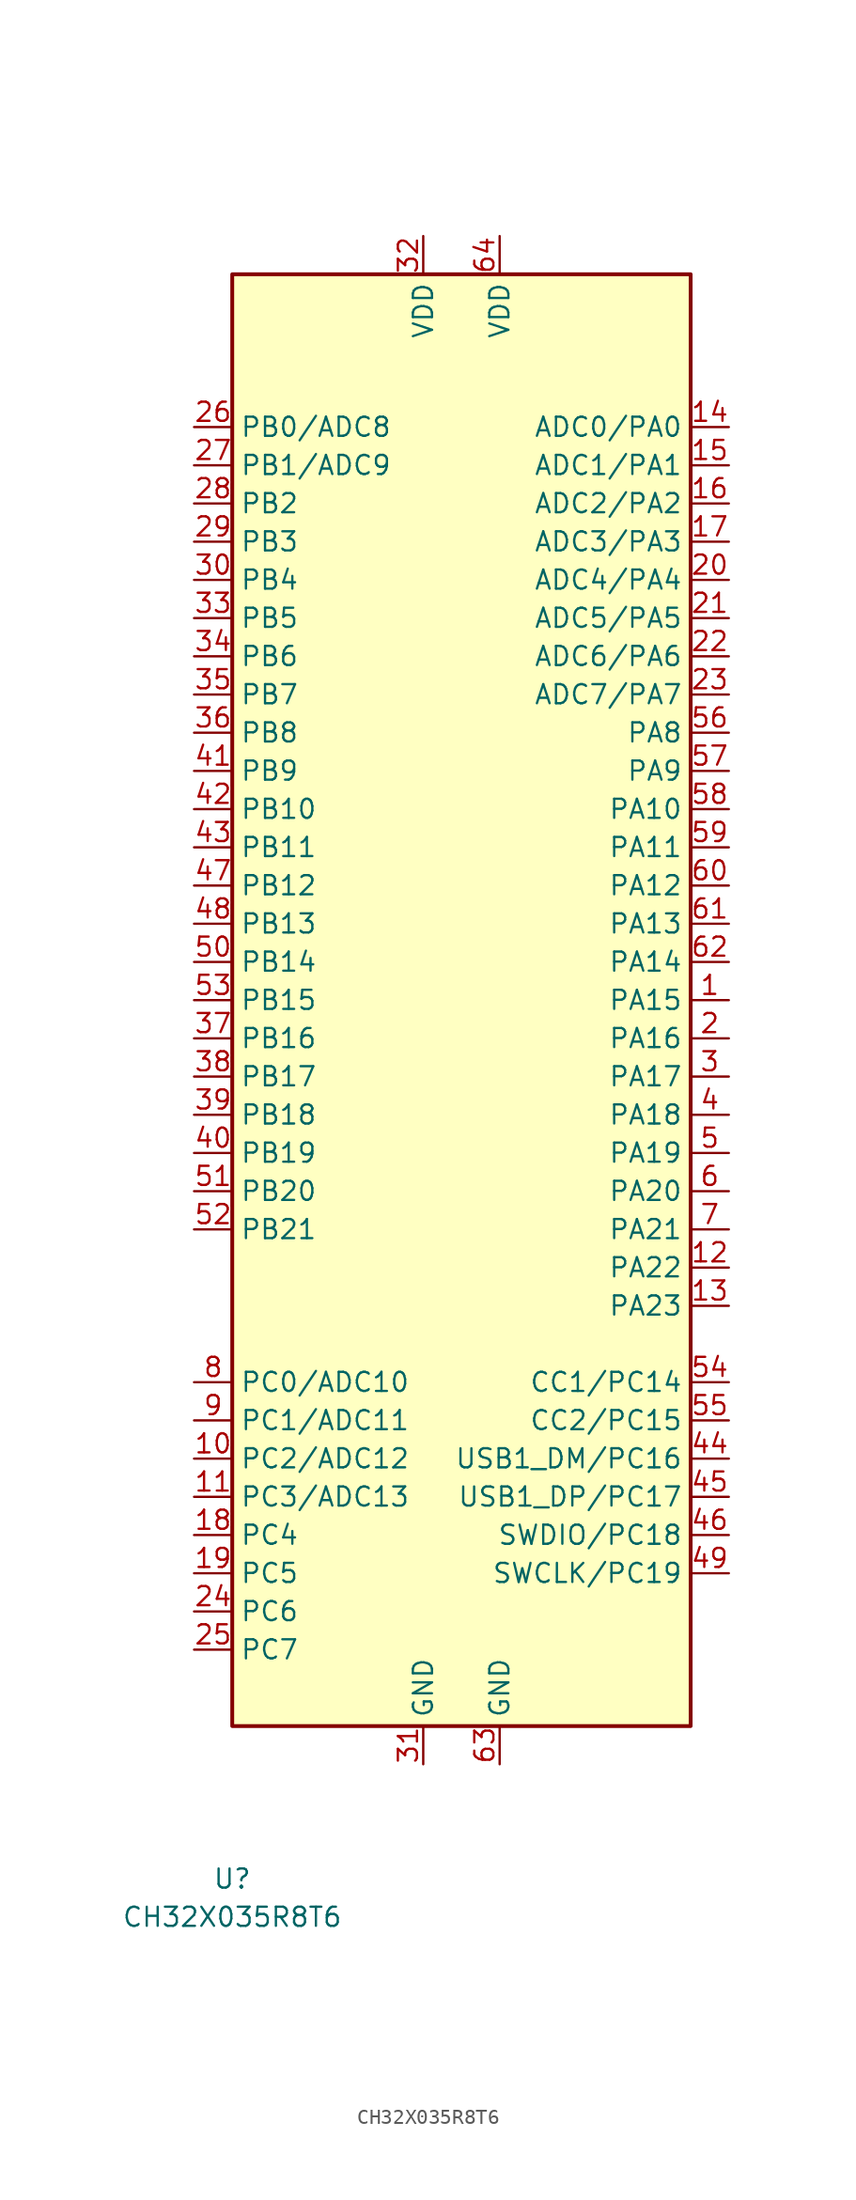
<source format=kicad_sym>
(kicad_symbol_lib
  (version 20231120)
  (generator "kicad_symbol_editor")
  (generator_version "8.0")
  (symbol "CH32X035R8T6"
    (property "Reference" "U"
      (at -15.24 -58.42 0)
      (effects (font (size 1.27 1.27))))
    (property "Value" "CH32X035R8T6"
      (at -15.24 -60.96 0)
      (effects (font (size 1.27 1.27))))
    (symbol "CH32X035R8T6_0_1"
      (rectangle (start -15.24 48.26) (end 15.24 -48.26) (stroke (width 0.254) (type default)) (fill (type background))))
    (symbol "CH32X035R8T6_1_1"
      (pin bidirectional line (at 17.78 0 180) (length 2.54) (name "PA15" (effects (font (size 1.27 1.27)))) (number "1" (effects (font (size 1.27 1.27)))))
      (pin bidirectional line (at -17.78 -30.48 0) (length 2.54) (name "PC2/ADC12" (effects (font (size 1.27 1.27)))) (number "10" (effects (font (size 1.27 1.27)))))
      (pin bidirectional line (at -17.78 -33.02 0) (length 2.54) (name "PC3/ADC13" (effects (font (size 1.27 1.27)))) (number "11" (effects (font (size 1.27 1.27)))))
      (pin bidirectional line (at 17.78 -17.78 180) (length 2.54) (name "PA22" (effects (font (size 1.27 1.27)))) (number "12" (effects (font (size 1.27 1.27)))))
      (pin bidirectional line (at 17.78 -20.32 180) (length 2.54) (name "PA23" (effects (font (size 1.27 1.27)))) (number "13" (effects (font (size 1.27 1.27)))))
      (pin bidirectional line (at 17.78 38.1 180) (length 2.54) (name "ADC0/PA0" (effects (font (size 1.27 1.27)))) (number "14" (effects (font (size 1.27 1.27)))))
      (pin bidirectional line (at 17.78 35.56 180) (length 2.54) (name "ADC1/PA1" (effects (font (size 1.27 1.27)))) (number "15" (effects (font (size 1.27 1.27)))))
      (pin bidirectional line (at 17.78 33.02 180) (length 2.54) (name "ADC2/PA2" (effects (font (size 1.27 1.27)))) (number "16" (effects (font (size 1.27 1.27)))))
      (pin bidirectional line (at 17.78 30.48 180) (length 2.54) (name "ADC3/PA3" (effects (font (size 1.27 1.27)))) (number "17" (effects (font (size 1.27 1.27)))))
      (pin bidirectional line (at -17.78 -35.56 0) (length 2.54) (name "PC4" (effects (font (size 1.27 1.27)))) (number "18" (effects (font (size 1.27 1.27)))))
      (pin bidirectional line (at -17.78 -38.1 0) (length 2.54) (name "PC5" (effects (font (size 1.27 1.27)))) (number "19" (effects (font (size 1.27 1.27)))))
      (pin bidirectional line (at 17.78 -2.54 180) (length 2.54) (name "PA16" (effects (font (size 1.27 1.27)))) (number "2" (effects (font (size 1.27 1.27)))))
      (pin bidirectional line (at 17.78 27.94 180) (length 2.54) (name "ADC4/PA4" (effects (font (size 1.27 1.27)))) (number "20" (effects (font (size 1.27 1.27)))))
      (pin bidirectional line (at 17.78 25.4 180) (length 2.54) (name "ADC5/PA5" (effects (font (size 1.27 1.27)))) (number "21" (effects (font (size 1.27 1.27)))))
      (pin bidirectional line (at 17.78 22.86 180) (length 2.54) (name "ADC6/PA6" (effects (font (size 1.27 1.27)))) (number "22" (effects (font (size 1.27 1.27)))))
      (pin bidirectional line (at 17.78 20.32 180) (length 2.54) (name "ADC7/PA7" (effects (font (size 1.27 1.27)))) (number "23" (effects (font (size 1.27 1.27)))))
      (pin bidirectional line (at -17.78 -40.64 0) (length 2.54) (name "PC6" (effects (font (size 1.27 1.27)))) (number "24" (effects (font (size 1.27 1.27)))))
      (pin bidirectional line (at -17.78 -43.18 0) (length 2.54) (name "PC7" (effects (font (size 1.27 1.27)))) (number "25" (effects (font (size 1.27 1.27)))))
      (pin bidirectional line (at -17.78 38.1 0) (length 2.54) (name "PB0/ADC8" (effects (font (size 1.27 1.27)))) (number "26" (effects (font (size 1.27 1.27)))))
      (pin bidirectional line (at -17.78 35.56 0) (length 2.54) (name "PB1/ADC9" (effects (font (size 1.27 1.27)))) (number "27" (effects (font (size 1.27 1.27)))))
      (pin bidirectional line (at -17.78 33.02 0) (length 2.54) (name "PB2" (effects (font (size 1.27 1.27)))) (number "28" (effects (font (size 1.27 1.27)))))
      (pin bidirectional line (at -17.78 30.48 0) (length 2.54) (name "PB3" (effects (font (size 1.27 1.27)))) (number "29" (effects (font (size 1.27 1.27)))))
      (pin bidirectional line (at 17.78 -5.08 180) (length 2.54) (name "PA17" (effects (font (size 1.27 1.27)))) (number "3" (effects (font (size 1.27 1.27)))))
      (pin bidirectional line (at -17.78 27.94 0) (length 2.54) (name "PB4" (effects (font (size 1.27 1.27)))) (number "30" (effects (font (size 1.27 1.27)))))
      (pin power_in line (at -2.54 -50.8 90) (length 2.54) (name "GND" (effects (font (size 1.27 1.27)))) (number "31" (effects (font (size 1.27 1.27)))))
      (pin power_in line (at -2.54 50.8 270) (length 2.54) (name "VDD" (effects (font (size 1.27 1.27)))) (number "32" (effects (font (size 1.27 1.27)))))
      (pin bidirectional line (at -17.78 25.4 0) (length 2.54) (name "PB5" (effects (font (size 1.27 1.27)))) (number "33" (effects (font (size 1.27 1.27)))))
      (pin bidirectional line (at -17.78 22.86 0) (length 2.54) (name "PB6" (effects (font (size 1.27 1.27)))) (number "34" (effects (font (size 1.27 1.27)))))
      (pin bidirectional line (at -17.78 20.32 0) (length 2.54) (name "PB7" (effects (font (size 1.27 1.27)))) (number "35" (effects (font (size 1.27 1.27)))))
      (pin bidirectional line (at -17.78 17.78 0) (length 2.54) (name "PB8" (effects (font (size 1.27 1.27)))) (number "36" (effects (font (size 1.27 1.27)))))
      (pin bidirectional line (at -17.78 -2.54 0) (length 2.54) (name "PB16" (effects (font (size 1.27 1.27)))) (number "37" (effects (font (size 1.27 1.27)))))
      (pin bidirectional line (at -17.78 -5.08 0) (length 2.54) (name "PB17" (effects (font (size 1.27 1.27)))) (number "38" (effects (font (size 1.27 1.27)))))
      (pin bidirectional line (at -17.78 -7.62 0) (length 2.54) (name "PB18" (effects (font (size 1.27 1.27)))) (number "39" (effects (font (size 1.27 1.27)))))
      (pin bidirectional line (at 17.78 -7.62 180) (length 2.54) (name "PA18" (effects (font (size 1.27 1.27)))) (number "4" (effects (font (size 1.27 1.27)))))
      (pin bidirectional line (at -17.78 -10.16 0) (length 2.54) (name "PB19" (effects (font (size 1.27 1.27)))) (number "40" (effects (font (size 1.27 1.27)))))
      (pin bidirectional line (at -17.78 15.24 0) (length 2.54) (name "PB9" (effects (font (size 1.27 1.27)))) (number "41" (effects (font (size 1.27 1.27)))))
      (pin bidirectional line (at -17.78 12.7 0) (length 2.54) (name "PB10" (effects (font (size 1.27 1.27)))) (number "42" (effects (font (size 1.27 1.27)))))
      (pin bidirectional line (at -17.78 10.16 0) (length 2.54) (name "PB11" (effects (font (size 1.27 1.27)))) (number "43" (effects (font (size 1.27 1.27)))))
      (pin bidirectional line (at 17.78 -30.48 180) (length 2.54) (name "USB1_DM/PC16" (effects (font (size 1.27 1.27)))) (number "44" (effects (font (size 1.27 1.27)))))
      (pin bidirectional line (at 17.78 -33.02 180) (length 2.54) (name "USB1_DP/PC17" (effects (font (size 1.27 1.27)))) (number "45" (effects (font (size 1.27 1.27)))))
      (pin bidirectional line (at 17.78 -35.56 180) (length 2.54) (name "SWDIO/PC18" (effects (font (size 1.27 1.27)))) (number "46" (effects (font (size 1.27 1.27)))))
      (pin bidirectional line (at -17.78 7.62 0) (length 2.54) (name "PB12" (effects (font (size 1.27 1.27)))) (number "47" (effects (font (size 1.27 1.27)))))
      (pin bidirectional line (at -17.78 5.08 0) (length 2.54) (name "PB13" (effects (font (size 1.27 1.27)))) (number "48" (effects (font (size 1.27 1.27)))))
      (pin bidirectional line (at 17.78 -38.1 180) (length 2.54) (name "SWCLK/PC19" (effects (font (size 1.27 1.27)))) (number "49" (effects (font (size 1.27 1.27)))))
      (pin bidirectional line (at 17.78 -10.16 180) (length 2.54) (name "PA19" (effects (font (size 1.27 1.27)))) (number "5" (effects (font (size 1.27 1.27)))))
      (pin bidirectional line (at -17.78 2.54 0) (length 2.54) (name "PB14" (effects (font (size 1.27 1.27)))) (number "50" (effects (font (size 1.27 1.27)))))
      (pin bidirectional line (at -17.78 -12.7 0) (length 2.54) (name "PB20" (effects (font (size 1.27 1.27)))) (number "51" (effects (font (size 1.27 1.27)))))
      (pin bidirectional line (at -17.78 -15.24 0) (length 2.54) (name "PB21" (effects (font (size 1.27 1.27)))) (number "52" (effects (font (size 1.27 1.27)))))
      (pin bidirectional line (at -17.78 0 0) (length 2.54) (name "PB15" (effects (font (size 1.27 1.27)))) (number "53" (effects (font (size 1.27 1.27)))))
      (pin bidirectional line (at 17.78 -25.4 180) (length 2.54) (name "CC1/PC14" (effects (font (size 1.27 1.27)))) (number "54" (effects (font (size 1.27 1.27)))))
      (pin bidirectional line (at 17.78 -27.94 180) (length 2.54) (name "CC2/PC15" (effects (font (size 1.27 1.27)))) (number "55" (effects (font (size 1.27 1.27)))))
      (pin bidirectional line (at 17.78 17.78 180) (length 2.54) (name "PA8" (effects (font (size 1.27 1.27)))) (number "56" (effects (font (size 1.27 1.27)))))
      (pin bidirectional line (at 17.78 15.24 180) (length 2.54) (name "PA9" (effects (font (size 1.27 1.27)))) (number "57" (effects (font (size 1.27 1.27)))))
      (pin bidirectional line (at 17.78 12.7 180) (length 2.54) (name "PA10" (effects (font (size 1.27 1.27)))) (number "58" (effects (font (size 1.27 1.27)))))
      (pin bidirectional line (at 17.78 10.16 180) (length 2.54) (name "PA11" (effects (font (size 1.27 1.27)))) (number "59" (effects (font (size 1.27 1.27)))))
      (pin bidirectional line (at 17.78 -12.7 180) (length 2.54) (name "PA20" (effects (font (size 1.27 1.27)))) (number "6" (effects (font (size 1.27 1.27)))))
      (pin bidirectional line (at 17.78 7.62 180) (length 2.54) (name "PA12" (effects (font (size 1.27 1.27)))) (number "60" (effects (font (size 1.27 1.27)))))
      (pin bidirectional line (at 17.78 5.08 180) (length 2.54) (name "PA13" (effects (font (size 1.27 1.27)))) (number "61" (effects (font (size 1.27 1.27)))))
      (pin bidirectional line (at 17.78 2.54 180) (length 2.54) (name "PA14" (effects (font (size 1.27 1.27)))) (number "62" (effects (font (size 1.27 1.27)))))
      (pin power_in line (at 2.54 -50.8 90) (length 2.54) (name "GND" (effects (font (size 1.27 1.27)))) (number "63" (effects (font (size 1.27 1.27)))))
      (pin power_in line (at 2.54 50.8 270) (length 2.54) (name "VDD" (effects (font (size 1.27 1.27)))) (number "64" (effects (font (size 1.27 1.27)))))
      (pin bidirectional line (at 17.78 -15.24 180) (length 2.54) (name "PA21" (effects (font (size 1.27 1.27)))) (number "7" (effects (font (size 1.27 1.27)))))
      (pin bidirectional line (at -17.78 -25.4 0) (length 2.54) (name "PC0/ADC10" (effects (font (size 1.27 1.27)))) (number "8" (effects (font (size 1.27 1.27)))))
      (pin bidirectional line (at -17.78 -27.94 0) (length 2.54) (name "PC1/ADC11" (effects (font (size 1.27 1.27)))) (number "9" (effects (font (size 1.27 1.27))))))))
</source>
